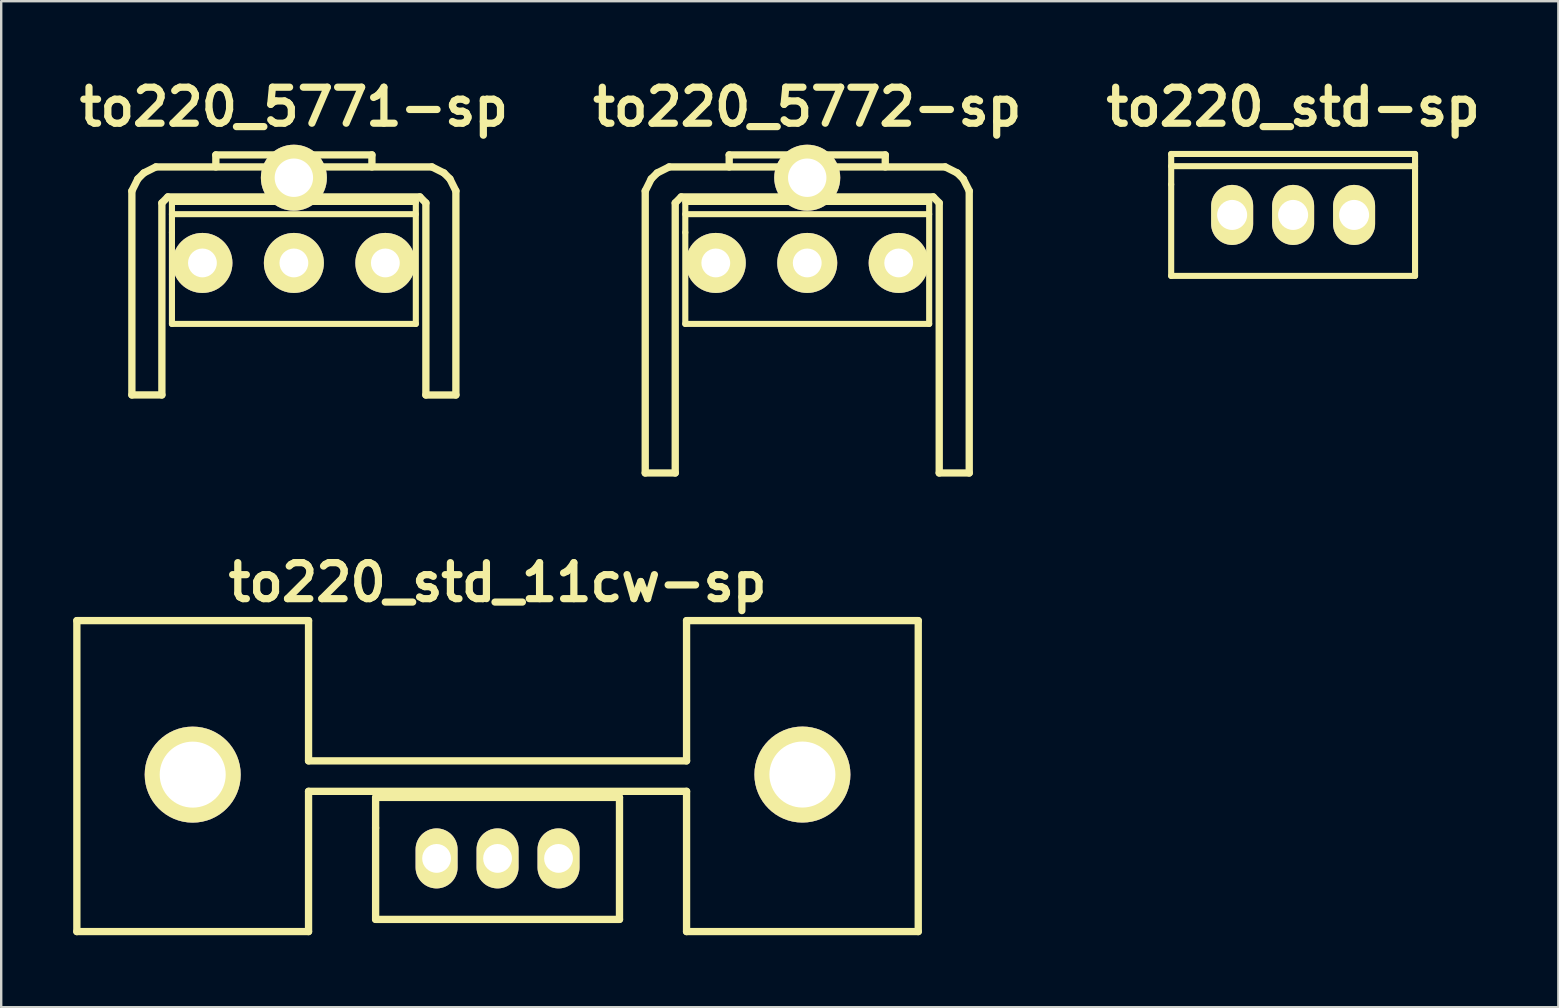
<source format=kicad_pcb>
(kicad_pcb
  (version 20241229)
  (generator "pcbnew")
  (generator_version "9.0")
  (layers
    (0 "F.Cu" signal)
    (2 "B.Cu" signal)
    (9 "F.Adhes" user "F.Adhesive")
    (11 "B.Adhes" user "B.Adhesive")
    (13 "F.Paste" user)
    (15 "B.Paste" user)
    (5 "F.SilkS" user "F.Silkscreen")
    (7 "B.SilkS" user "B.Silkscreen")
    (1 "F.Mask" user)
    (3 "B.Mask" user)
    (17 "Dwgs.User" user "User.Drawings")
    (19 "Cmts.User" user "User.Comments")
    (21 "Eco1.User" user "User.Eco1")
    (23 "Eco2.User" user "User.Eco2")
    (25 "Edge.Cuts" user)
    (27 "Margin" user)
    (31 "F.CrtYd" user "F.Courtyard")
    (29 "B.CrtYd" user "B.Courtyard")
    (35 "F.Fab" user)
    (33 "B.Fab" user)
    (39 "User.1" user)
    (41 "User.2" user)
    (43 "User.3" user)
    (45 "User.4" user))
  (footprint "to220_std_11cw-sp"
    (layer "F.Cu")
    (at 17.678 32.711)
    (property "Reference" "to220_std_11cw-sp" (at 0 -11.5 0) (layer "F.SilkS") (effects (font (size 1.5 1.5) (thickness 0.3))))
    (attr through_hole)
    (fp_line (start -17.526 -9.906) (end -17.526 3.048) (stroke (width 0.305) (type solid)) (layer "F.SilkS"))
    (fp_line (start -17.526 3.048) (end -7.874 3.048) (stroke (width 0.305) (type solid)) (layer "F.SilkS"))
    (fp_line (start -7.874 -9.906) (end -17.526 -9.906) (stroke (width 0.305) (type solid)) (layer "F.SilkS"))
    (fp_line (start -7.874 -9.906) (end -7.874 -4.064) (stroke (width 0.305) (type solid)) (layer "F.SilkS"))
    (fp_line (start -7.874 -2.794) (end -7.874 3.048) (stroke (width 0.305) (type solid)) (layer "F.SilkS"))
    (fp_line (start -7.874 -2.794) (end 7.874 -2.794) (stroke (width 0.305) (type solid)) (layer "F.SilkS"))
    (fp_line (start -5.08 -2.54) (end -5.08 -1.27) (stroke (width 0.305) (type solid)) (layer "F.SilkS"))
    (fp_line (start -5.08 -1.27) (end -5.08 2.54) (stroke (width 0.305) (type solid)) (layer "F.SilkS"))
    (fp_line (start -5.08 2.54) (end 5.08 2.54) (stroke (width 0.305) (type solid)) (layer "F.SilkS"))
    (fp_line (start 5.08 -2.54) (end -5.08 -2.54) (stroke (width 0.305) (type solid)) (layer "F.SilkS"))
    (fp_line (start 5.08 2.54) (end 5.08 -2.54) (stroke (width 0.305) (type solid)) (layer "F.SilkS"))
    (fp_line (start 7.874 -9.906) (end 7.874 -4.064) (stroke (width 0.305) (type solid)) (layer "F.SilkS"))
    (fp_line (start 7.874 -4.064) (end -7.874 -4.064) (stroke (width 0.305) (type solid)) (layer "F.SilkS"))
    (fp_line (start 7.874 3.048) (end 7.874 -2.794) (stroke (width 0.305) (type solid)) (layer "F.SilkS"))
    (fp_line (start 7.874 3.048) (end 17.526 3.048) (stroke (width 0.305) (type solid)) (layer "F.SilkS"))
    (fp_line (start 17.526 -9.906) (end 7.874 -9.906) (stroke (width 0.305) (type solid)) (layer "F.SilkS"))
    (fp_line (start 17.526 -9.906) (end 17.526 3.048) (stroke (width 0.305) (type solid)) (layer "F.SilkS"))
    (pad "" thru_hole circle (at -12.7 -3.49) (size 4 4) (drill 2.75) (layers "*.Cu" "*.Mask" "F.SilkS"))
    (pad "" thru_hole circle (at 12.7 -3.493) (size 4 4) (drill 2.75) (layers "*.Cu" "*.Mask" "F.SilkS"))
    (pad "1" thru_hole oval (at -2.54 0) (size 1.75 2.5) (drill 1.2) (layers "*.Cu" "*.Mask" "F.SilkS"))
    (pad "2" thru_hole oval (at 0 0) (size 1.75 2.5) (drill 1.2) (layers "*.Cu" "*.Mask" "F.SilkS"))
    (pad "3" thru_hole oval (at 2.54 0) (size 1.75 2.5) (drill 1.2) (layers "*.Cu" "*.Mask" "F.SilkS")))
  (footprint "to220_5772-sp"
    (layer "F.Cu")
    (at 30.579 7.904)
    (property "Reference" "to220_5772-sp" (at 0 -6.5 0) (layer "F.SilkS") (effects (font (size 1.5 1.5) (thickness 0.3))))
    (attr through_hole)
    (fp_line (start -6.749 -3) (end -6.749 8.75) (stroke (width 0.305) (type solid)) (layer "F.SilkS"))
    (fp_line (start -6.749 -3) (end -6.5 -3.5) (stroke (width 0.305) (type solid)) (layer "F.SilkS"))
    (fp_line (start -6.5 -3.5) (end -6.251 -3.749) (stroke (width 0.305) (type solid)) (layer "F.SilkS"))
    (fp_line (start -6.251 -3.749) (end -5.751 -4) (stroke (width 0.305) (type solid)) (layer "F.SilkS"))
    (fp_line (start -5.499 -2.499) (end -5.25 -2.751) (stroke (width 0.305) (type solid)) (layer "F.SilkS"))
    (fp_line (start -5.499 8.75) (end -6.749 8.75) (stroke (width 0.305) (type solid)) (layer "F.SilkS"))
    (fp_line (start -5.499 8.75) (end -5.499 -2.499) (stroke (width 0.305) (type solid)) (layer "F.SilkS"))
    (fp_line (start -5.25 -2.751) (end 5.25 -2.751) (stroke (width 0.305) (type solid)) (layer "F.SilkS"))
    (fp_line (start -5.08 -2.54) (end -5.08 -1.27) (stroke (width 0.254) (type solid)) (layer "F.SilkS"))
    (fp_line (start -5.08 -2.032) (end 5.08 -2.032) (stroke (width 0.254) (type solid)) (layer "F.SilkS"))
    (fp_line (start -5.08 -1.27) (end -5.08 2.54) (stroke (width 0.254) (type solid)) (layer "F.SilkS"))
    (fp_line (start -5.08 2.54) (end 5.08 2.54) (stroke (width 0.254) (type solid)) (layer "F.SilkS"))
    (fp_line (start -3.251 -4.501) (end 3.251 -4.501) (stroke (width 0.305) (type solid)) (layer "F.SilkS"))
    (fp_line (start -3.251 -4) (end -3.251 -4.501) (stroke (width 0.305) (type solid)) (layer "F.SilkS"))
    (fp_line (start 3.251 -4.501) (end 3.251 -4) (stroke (width 0.305) (type solid)) (layer "F.SilkS"))
    (fp_line (start 5.08 -2.54) (end -5.08 -2.54) (stroke (width 0.254) (type solid)) (layer "F.SilkS"))
    (fp_line (start 5.08 2.54) (end 5.08 -2.54) (stroke (width 0.254) (type solid)) (layer "F.SilkS"))
    (fp_line (start 5.25 -2.751) (end 5.499 -2.499) (stroke (width 0.305) (type solid)) (layer "F.SilkS"))
    (fp_line (start 5.499 -2.499) (end 5.499 8.75) (stroke (width 0.305) (type solid)) (layer "F.SilkS"))
    (fp_line (start 5.751 -4) (end -5.751 -4) (stroke (width 0.305) (type solid)) (layer "F.SilkS"))
    (fp_line (start 5.751 -4) (end 6.251 -3.749) (stroke (width 0.305) (type solid)) (layer "F.SilkS"))
    (fp_line (start 6.251 -3.749) (end 6.5 -3.5) (stroke (width 0.305) (type solid)) (layer "F.SilkS"))
    (fp_line (start 6.5 -3.5) (end 6.749 -3) (stroke (width 0.305) (type solid)) (layer "F.SilkS"))
    (fp_line (start 6.749 -3) (end 6.749 8.75) (stroke (width 0.305) (type solid)) (layer "F.SilkS"))
    (fp_line (start 6.749 8.75) (end 5.499 8.75) (stroke (width 0.305) (type solid)) (layer "F.SilkS"))
    (pad "" thru_hole circle (at 0 -3.55) (size 2.75 2.75) (drill 1.6) (layers "*.Cu" "*.Mask" "F.SilkS"))
    (pad "1" thru_hole circle (at -3.81 0) (size 2.5 2.5) (drill 1.2) (layers "*.Cu" "*.Mask" "F.SilkS"))
    (pad "2" thru_hole circle (at 0 0) (size 2.5 2.5) (drill 1.2) (layers "*.Cu" "*.Mask" "F.SilkS"))
    (pad "3" thru_hole circle (at 3.81 0) (size 2.5 2.5) (drill 1.2) (layers "*.Cu" "*.Mask" "F.SilkS")))
  (footprint "to220_std-sp"
    (layer "F.Cu")
    (at 50.821 5.904)
    (property "Reference" "to220_std-sp" (at 0 -4.5 0) (layer "F.SilkS") (effects (font (size 1.5 1.5) (thickness 0.3))))
    (attr through_hole)
    (fp_line (start -5.08 -2.54) (end -5.08 -1.27) (stroke (width 0.254) (type solid)) (layer "F.SilkS"))
    (fp_line (start -5.08 -2.032) (end 5.08 -2.032) (stroke (width 0.254) (type solid)) (layer "F.SilkS"))
    (fp_line (start -5.08 -1.27) (end -5.08 2.54) (stroke (width 0.254) (type solid)) (layer "F.SilkS"))
    (fp_line (start -5.08 2.54) (end 5.08 2.54) (stroke (width 0.254) (type solid)) (layer "F.SilkS"))
    (fp_line (start 5.08 -2.54) (end -5.08 -2.54) (stroke (width 0.254) (type solid)) (layer "F.SilkS"))
    (fp_line (start 5.08 2.54) (end 5.08 -2.54) (stroke (width 0.254) (type solid)) (layer "F.SilkS"))
    (pad "1" thru_hole oval (at -2.54 0) (size 1.75 2.5) (drill 1.25) (layers "*.Cu" "*.Mask" "F.SilkS"))
    (pad "2" thru_hole oval (at 0 0) (size 1.75 2.5) (drill 1.25) (layers "*.Cu" "*.Mask" "F.SilkS"))
    (pad "3" thru_hole oval (at 2.54 0) (size 1.75 2.5) (drill 1.25) (layers "*.Cu" "*.Mask" "F.SilkS")))
  (footprint "to220_5771-sp"
    (layer "F.Cu")
    (at 9.193 7.904)
    (property "Reference" "to220_5771-sp" (at 0 -6.5 0) (layer "F.SilkS") (effects (font (size 1.5 1.5) (thickness 0.3))))
    (attr through_hole)
    (fp_line (start -6.749 -3) (end -6.5 -3.5) (stroke (width 0.305) (type solid)) (layer "F.SilkS"))
    (fp_line (start -6.749 5.499) (end -6.749 -3) (stroke (width 0.305) (type solid)) (layer "F.SilkS"))
    (fp_line (start -6.5 -3.5) (end -6.251 -3.749) (stroke (width 0.305) (type solid)) (layer "F.SilkS"))
    (fp_line (start -6.251 -3.749) (end -5.751 -4) (stroke (width 0.305) (type solid)) (layer "F.SilkS"))
    (fp_line (start -5.499 -2.499) (end -5.499 5.499) (stroke (width 0.305) (type solid)) (layer "F.SilkS"))
    (fp_line (start -5.499 -2.499) (end -5.25 -2.751) (stroke (width 0.305) (type solid)) (layer "F.SilkS"))
    (fp_line (start -5.499 5.499) (end -6.749 5.499) (stroke (width 0.305) (type solid)) (layer "F.SilkS"))
    (fp_line (start -5.25 -2.751) (end 5.25 -2.751) (stroke (width 0.305) (type solid)) (layer "F.SilkS"))
    (fp_line (start -5.08 -2.54) (end -5.08 -1.27) (stroke (width 0.254) (type solid)) (layer "F.SilkS"))
    (fp_line (start -5.08 -2.032) (end 5.08 -2.032) (stroke (width 0.254) (type solid)) (layer "F.SilkS"))
    (fp_line (start -5.08 -1.27) (end -5.08 2.54) (stroke (width 0.254) (type solid)) (layer "F.SilkS"))
    (fp_line (start -5.08 2.54) (end 5.08 2.54) (stroke (width 0.254) (type solid)) (layer "F.SilkS"))
    (fp_line (start -3.251 -4.501) (end 3.251 -4.501) (stroke (width 0.305) (type solid)) (layer "F.SilkS"))
    (fp_line (start -3.251 -4) (end -3.251 -4.501) (stroke (width 0.305) (type solid)) (layer "F.SilkS"))
    (fp_line (start 3.251 -4.501) (end 3.251 -4) (stroke (width 0.305) (type solid)) (layer "F.SilkS"))
    (fp_line (start 5.08 -2.54) (end -5.08 -2.54) (stroke (width 0.254) (type solid)) (layer "F.SilkS"))
    (fp_line (start 5.08 2.54) (end 5.08 -2.54) (stroke (width 0.254) (type solid)) (layer "F.SilkS"))
    (fp_line (start 5.25 -2.751) (end 5.499 -2.499) (stroke (width 0.305) (type solid)) (layer "F.SilkS"))
    (fp_line (start 5.499 5.499) (end 5.499 -2.499) (stroke (width 0.305) (type solid)) (layer "F.SilkS"))
    (fp_line (start 5.751 -4) (end -5.751 -4) (stroke (width 0.305) (type solid)) (layer "F.SilkS"))
    (fp_line (start 5.751 -4) (end 6.251 -3.749) (stroke (width 0.305) (type solid)) (layer "F.SilkS"))
    (fp_line (start 6.251 -3.749) (end 6.5 -3.5) (stroke (width 0.305) (type solid)) (layer "F.SilkS"))
    (fp_line (start 6.5 -3.5) (end 6.749 -3) (stroke (width 0.305) (type solid)) (layer "F.SilkS"))
    (fp_line (start 6.749 5.499) (end 6.749 -3) (stroke (width 0.305) (type solid)) (layer "F.SilkS"))
    (fp_line (start 6.749 5.502) (end 5.499 5.502) (stroke (width 0.305) (type solid)) (layer "F.SilkS"))
    (pad "" thru_hole circle (at 0 -3.55) (size 2.75 2.75) (drill 1.6) (layers "*.Cu" "*.Mask" "F.SilkS"))
    (pad "1" thru_hole circle (at -3.81 0) (size 2.5 2.5) (drill 1.2) (layers "*.Cu" "*.Mask" "F.SilkS"))
    (pad "2" thru_hole circle (at 0 0) (size 2.5 2.5) (drill 1.2) (layers "*.Cu" "*.Mask" "F.SilkS"))
    (pad "3" thru_hole circle (at 3.81 0) (size 2.5 2.5) (drill 1.2) (layers "*.Cu" "*.Mask" "F.SilkS")))
  (gr_rect
    (start -3 -3)
    (end 61.871 38.911)
    (stroke (width 0.1) (type default))
    (fill no)
    (layer "Edge.Cuts")))
</source>
